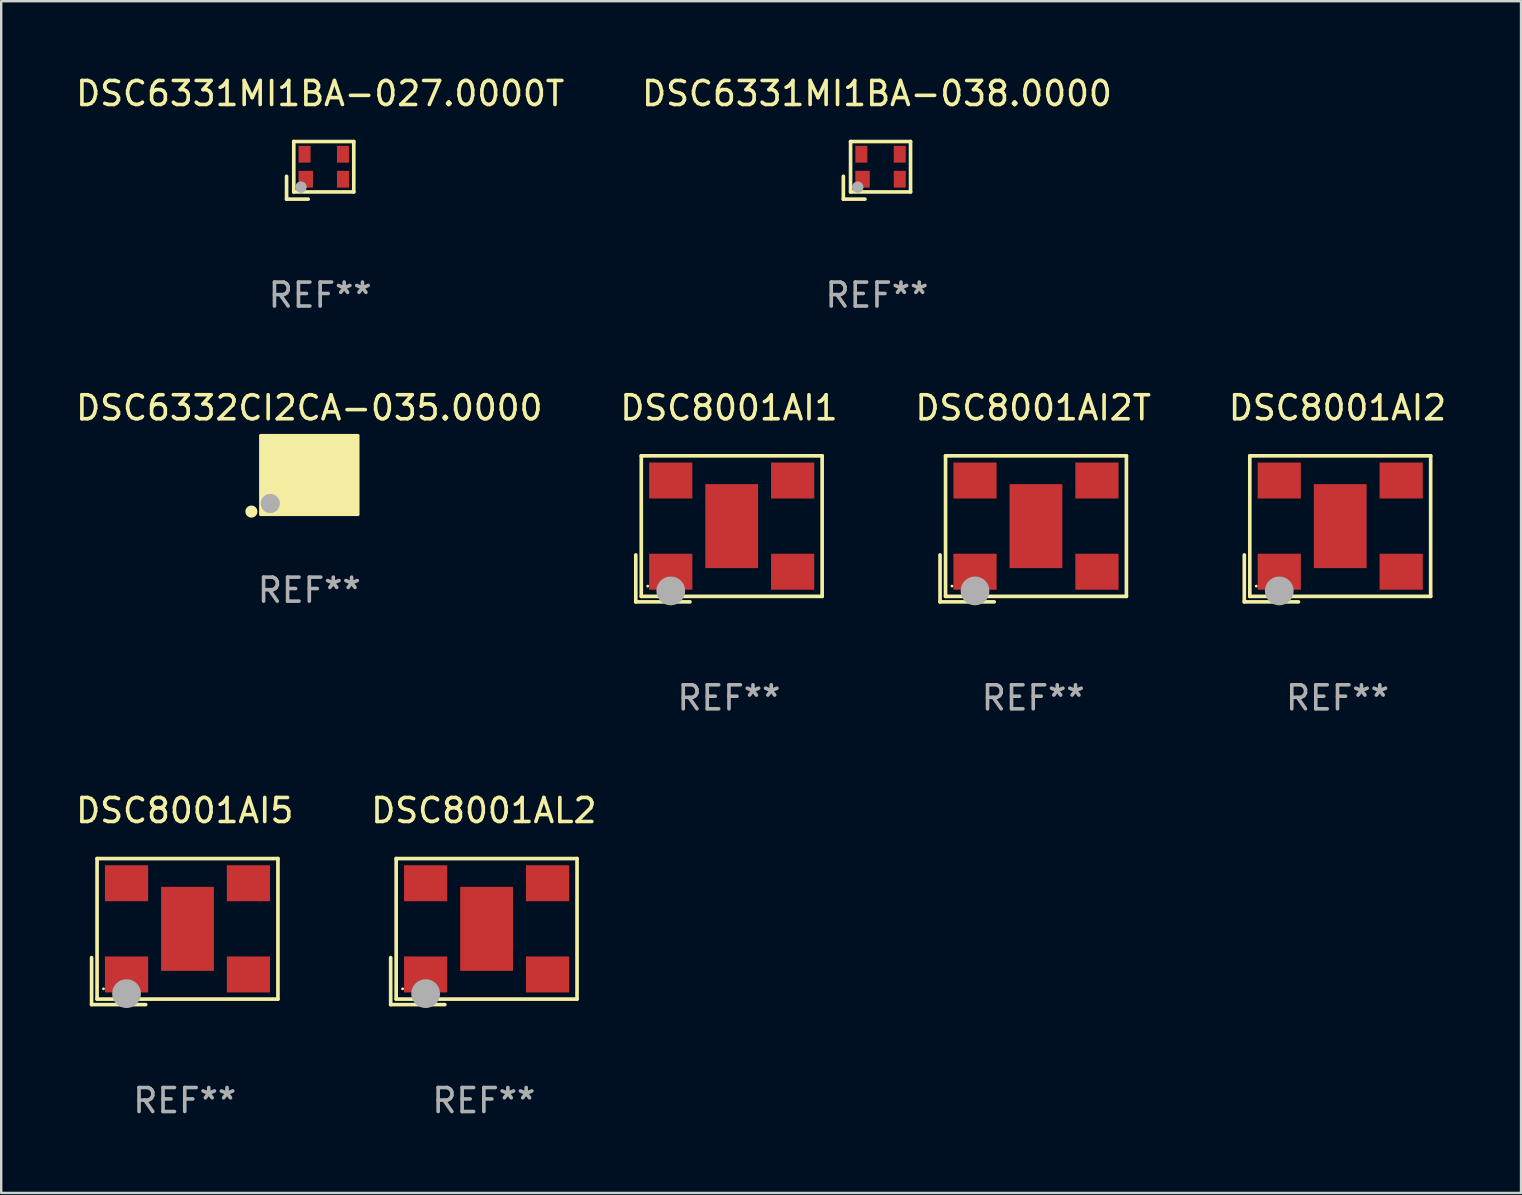
<source format=kicad_pcb>
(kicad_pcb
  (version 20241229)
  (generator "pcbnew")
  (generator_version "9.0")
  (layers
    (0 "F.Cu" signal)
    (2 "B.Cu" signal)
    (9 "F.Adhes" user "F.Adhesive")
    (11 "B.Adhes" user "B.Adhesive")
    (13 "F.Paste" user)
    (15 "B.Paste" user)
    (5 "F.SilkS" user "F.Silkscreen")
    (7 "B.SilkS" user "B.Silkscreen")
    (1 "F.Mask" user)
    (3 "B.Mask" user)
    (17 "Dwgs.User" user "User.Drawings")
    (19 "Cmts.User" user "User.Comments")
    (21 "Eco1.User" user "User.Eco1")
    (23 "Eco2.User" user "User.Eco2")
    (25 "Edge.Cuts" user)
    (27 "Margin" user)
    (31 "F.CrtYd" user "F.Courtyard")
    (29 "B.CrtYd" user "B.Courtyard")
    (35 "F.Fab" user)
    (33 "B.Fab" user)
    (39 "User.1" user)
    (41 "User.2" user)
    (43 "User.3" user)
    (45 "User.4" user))
  (footprint "DSC6331MI1BA-027.0000T"
    (layer "F.Cu")
    (at 10.292 4.048)
    (property "Reference" "DSC6331MI1BA-027.0000T" (at 0 -3.2 0) (layer "F.SilkS") (effects (font (size 1 1) (thickness 0.15))))
    (attr through_hole)
    (fp_line (start -1.4 0.25) (end -1.4 1.2) (stroke (width 0.152) (type solid)) (layer "F.SilkS"))
    (fp_line (start -1.4 1.2) (end -0.5 1.2) (stroke (width 0.152) (type solid)) (layer "F.SilkS"))
    (fp_line (start -1.1 -1.2) (end -1.1 0.9) (stroke (width 0.152) (type solid)) (layer "F.SilkS"))
    (fp_line (start -1.1 -1.2) (end 1.4 -1.2) (stroke (width 0.152) (type solid)) (layer "F.SilkS"))
    (fp_line (start -1.1 0.9) (end 1.4 0.9) (stroke (width 0.152) (type solid)) (layer "F.SilkS"))
    (fp_line (start 1.4 0.9) (end 1.4 -1.2) (stroke (width 0.152) (type solid)) (layer "F.SilkS"))
    (fp_circle (center -0.85 0.65) (end -0.82 0.65) (stroke (width 0.06) (type solid)) (fill no) (layer "F.SilkS"))
    (fp_circle (center -0.8 0.7) (end -0.68 0.7) (stroke (width 0.24) (type solid)) (fill no) (layer "F.Fab"))
    (fp_text user "REF**" (at 0 5.2 0) (layer "F.Fab") (effects (font (size 1 1) (thickness 0.15))))
    (pad "1" smd rect (at -0.6 0.37) (size 0.6 0.7) (layers "F.Cu" "F.Mask" "F.Paste"))
    (pad "2" smd rect (at 0.95 0.37) (size 0.5 0.7) (layers "F.Cu" "F.Mask" "F.Paste"))
    (pad "3" smd rect (at 0.95 -0.67) (size 0.5 0.7) (layers "F.Cu" "F.Mask" "F.Paste"))
    (pad "4" smd rect (at -0.65 -0.67) (size 0.5 0.7) (layers "F.Cu" "F.Mask" "F.Paste")))
  (footprint "DSC6331MI1BA-038.0000"
    (layer "F.Cu")
    (at 33.494 4.048)
    (property "Reference" "DSC6331MI1BA-038.0000" (at 0 -3.2 0) (layer "F.SilkS") (effects (font (size 1 1) (thickness 0.15))))
    (attr through_hole)
    (fp_line (start -1.4 0.25) (end -1.4 1.2) (stroke (width 0.152) (type solid)) (layer "F.SilkS"))
    (fp_line (start -1.4 1.2) (end -0.5 1.2) (stroke (width 0.152) (type solid)) (layer "F.SilkS"))
    (fp_line (start -1.1 -1.2) (end -1.1 0.9) (stroke (width 0.152) (type solid)) (layer "F.SilkS"))
    (fp_line (start -1.1 -1.2) (end 1.4 -1.2) (stroke (width 0.152) (type solid)) (layer "F.SilkS"))
    (fp_line (start -1.1 0.9) (end 1.4 0.9) (stroke (width 0.152) (type solid)) (layer "F.SilkS"))
    (fp_line (start 1.4 0.9) (end 1.4 -1.2) (stroke (width 0.152) (type solid)) (layer "F.SilkS"))
    (fp_circle (center -0.85 0.65) (end -0.82 0.65) (stroke (width 0.06) (type solid)) (fill no) (layer "F.SilkS"))
    (fp_circle (center -0.8 0.7) (end -0.68 0.7) (stroke (width 0.24) (type solid)) (fill no) (layer "F.Fab"))
    (fp_text user "REF**" (at 0 5.2 0) (layer "F.Fab") (effects (font (size 1 1) (thickness 0.15))))
    (pad "1" smd rect (at -0.6 0.37) (size 0.6 0.7) (layers "F.Cu" "F.Mask" "F.Paste"))
    (pad "2" smd rect (at 0.95 0.37) (size 0.5 0.7) (layers "F.Cu" "F.Mask" "F.Paste"))
    (pad "3" smd rect (at 0.95 -0.67) (size 0.5 0.7) (layers "F.Cu" "F.Mask" "F.Paste"))
    (pad "4" smd rect (at -0.65 -0.67) (size 0.5 0.7) (layers "F.Cu" "F.Mask" "F.Paste")))
  (footprint "DSC8001AL2"
    (layer "F.Cu")
    (at 17.113 35.77)
    (property "Reference" "DSC8001AL2" (at 0 -5.043 0) (layer "F.SilkS") (effects (font (size 1 1) (thickness 0.15))))
    (attr through_hole)
    (fp_line (start -3.883 1.086) (end -3.883 3.043) (stroke (width 0.152) (type solid)) (layer "F.SilkS"))
    (fp_line (start -3.883 3.043) (end -1.626 3.043) (stroke (width 0.152) (type solid)) (layer "F.SilkS"))
    (fp_line (start -3.654 -3.043) (end 3.883 -3.043) (stroke (width 0.152) (type solid)) (layer "F.SilkS"))
    (fp_line (start -3.654 2.814) (end -3.654 -3.043) (stroke (width 0.152) (type solid)) (layer "F.SilkS"))
    (fp_line (start 3.883 -3.043) (end 3.883 2.814) (stroke (width 0.152) (type solid)) (layer "F.SilkS"))
    (fp_line (start 3.883 2.814) (end -3.654 2.814) (stroke (width 0.152) (type solid)) (layer "F.SilkS"))
    (fp_circle (center -3.386 2.386) (end -3.356 2.386) (stroke (width 0.06) (type solid)) (fill no) (layer "F.SilkS"))
    (fp_circle (center -2.426 2.586) (end -2.126 2.586) (stroke (width 0.6) (type solid)) (fill no) (layer "F.Fab"))
    (fp_text user "REF**" (at 0 7.043 0) (layer "F.Fab") (effects (font (size 1 1) (thickness 0.15))))
    (pad "1" smd rect (at -2.426 1.786) (size 1.8 1.5) (layers "F.Cu" "F.Mask" "F.Paste"))
    (pad "2" smd rect (at 2.654 1.786) (size 1.8 1.5) (layers "F.Cu" "F.Mask" "F.Paste"))
    (pad "3" smd rect (at 2.654 -2.014) (size 1.8 1.5) (layers "F.Cu" "F.Mask" "F.Paste"))
    (pad "4" smd rect (at -2.426 -2.014) (size 1.8 1.5) (layers "F.Cu" "F.Mask" "F.Paste"))
    (pad "5" smd rect (at 0.114 -0.114) (size 2.2 3.5) (layers "F.Cu" "F.Mask" "F.Paste")))
  (footprint "DSC6332CI2CA-035.0000"
    (layer "F.Cu")
    (at 9.839 16.745)
    (property "Reference" "DSC6332CI2CA-035.0000" (at 0 -2.8 0) (layer "F.SilkS") (effects (font (size 1 1) (thickness 0.15))))
    (attr through_hole)
    (fp_circle (center -2.413 1.524) (end -2.286 1.524) (stroke (width 0.254) (type solid)) (fill no) (layer "F.SilkS"))
    (fp_circle (center -1.6 1.25) (end -1.57 1.25) (stroke (width 0.06) (type solid)) (fill no) (layer "F.SilkS"))
    (fp_poly (pts (xy -2.032 -1.651) (xy 2.032 -1.651) (xy 2.032 1.651) (xy -2.032 1.651)) (stroke (width 0.12) (type solid)) (fill yes) (layer "F.SilkS"))
    (fp_circle (center -1.627 1.185) (end -1.427 1.185) (stroke (width 0.4) (type solid)) (fill no) (layer "F.Fab"))
    (fp_text user "REF**" (at 0 4.8 0) (layer "F.Fab") (effects (font (size 1 1) (thickness 0.15))))
    (pad "1" smd rect (at -1.05 0.8) (size 1.4 1.2) (layers "F.Cu" "F.Mask" "F.Paste"))
    (pad "2" smd rect (at 1.05 0.8) (size 1.4 1.2) (layers "F.Cu" "F.Mask" "F.Paste"))
    (pad "3" smd rect (at 1.05 -0.8) (size 1.4 1.2) (layers "F.Cu" "F.Mask" "F.Paste"))
    (pad "4" smd rect (at -1.05 -0.8) (size 1.4 1.2) (layers "F.Cu" "F.Mask" "F.Paste")))
  (footprint "DSC8001AI2T"
    (layer "F.Cu")
    (at 40.006 18.988)
    (property "Reference" "DSC8001AI2T" (at 0 -5.043 0) (layer "F.SilkS") (effects (font (size 1 1) (thickness 0.15))))
    (attr through_hole)
    (fp_line (start -3.883 1.086) (end -3.883 3.043) (stroke (width 0.152) (type solid)) (layer "F.SilkS"))
    (fp_line (start -3.883 3.043) (end -1.626 3.043) (stroke (width 0.152) (type solid)) (layer "F.SilkS"))
    (fp_line (start -3.654 -3.043) (end 3.883 -3.043) (stroke (width 0.152) (type solid)) (layer "F.SilkS"))
    (fp_line (start -3.654 2.814) (end -3.654 -3.043) (stroke (width 0.152) (type solid)) (layer "F.SilkS"))
    (fp_line (start 3.883 -3.043) (end 3.883 2.814) (stroke (width 0.152) (type solid)) (layer "F.SilkS"))
    (fp_line (start 3.883 2.814) (end -3.654 2.814) (stroke (width 0.152) (type solid)) (layer "F.SilkS"))
    (fp_circle (center -3.386 2.386) (end -3.356 2.386) (stroke (width 0.06) (type solid)) (fill no) (layer "F.SilkS"))
    (fp_circle (center -2.426 2.586) (end -2.126 2.586) (stroke (width 0.6) (type solid)) (fill no) (layer "F.Fab"))
    (fp_text user "REF**" (at 0 7.043 0) (layer "F.Fab") (effects (font (size 1 1) (thickness 0.15))))
    (pad "1" smd rect (at -2.426 1.786) (size 1.8 1.5) (layers "F.Cu" "F.Mask" "F.Paste"))
    (pad "2" smd rect (at 2.654 1.786) (size 1.8 1.5) (layers "F.Cu" "F.Mask" "F.Paste"))
    (pad "3" smd rect (at 2.654 -2.014) (size 1.8 1.5) (layers "F.Cu" "F.Mask" "F.Paste"))
    (pad "4" smd rect (at -2.426 -2.014) (size 1.8 1.5) (layers "F.Cu" "F.Mask" "F.Paste"))
    (pad "5" smd rect (at 0.114 -0.114) (size 2.2 3.5) (layers "F.Cu" "F.Mask" "F.Paste")))
  (footprint "DSC8001AI5"
    (layer "F.Cu")
    (at 4.649 35.77)
    (property "Reference" "DSC8001AI5" (at 0 -5.043 0) (layer "F.SilkS") (effects (font (size 1 1) (thickness 0.15))))
    (attr through_hole)
    (fp_line (start -3.883 1.086) (end -3.883 3.043) (stroke (width 0.152) (type solid)) (layer "F.SilkS"))
    (fp_line (start -3.883 3.043) (end -1.626 3.043) (stroke (width 0.152) (type solid)) (layer "F.SilkS"))
    (fp_line (start -3.654 -3.043) (end 3.883 -3.043) (stroke (width 0.152) (type solid)) (layer "F.SilkS"))
    (fp_line (start -3.654 2.814) (end -3.654 -3.043) (stroke (width 0.152) (type solid)) (layer "F.SilkS"))
    (fp_line (start 3.883 -3.043) (end 3.883 2.814) (stroke (width 0.152) (type solid)) (layer "F.SilkS"))
    (fp_line (start 3.883 2.814) (end -3.654 2.814) (stroke (width 0.152) (type solid)) (layer "F.SilkS"))
    (fp_circle (center -3.386 2.386) (end -3.356 2.386) (stroke (width 0.06) (type solid)) (fill no) (layer "F.SilkS"))
    (fp_circle (center -2.426 2.586) (end -2.126 2.586) (stroke (width 0.6) (type solid)) (fill no) (layer "F.Fab"))
    (fp_text user "REF**" (at 0 7.043 0) (layer "F.Fab") (effects (font (size 1 1) (thickness 0.15))))
    (pad "1" smd rect (at -2.426 1.786) (size 1.8 1.5) (layers "F.Cu" "F.Mask" "F.Paste"))
    (pad "2" smd rect (at 2.654 1.786) (size 1.8 1.5) (layers "F.Cu" "F.Mask" "F.Paste"))
    (pad "3" smd rect (at 2.654 -2.014) (size 1.8 1.5) (layers "F.Cu" "F.Mask" "F.Paste"))
    (pad "4" smd rect (at -2.426 -2.014) (size 1.8 1.5) (layers "F.Cu" "F.Mask" "F.Paste"))
    (pad "5" smd rect (at 0.114 -0.114) (size 2.2 3.5) (layers "F.Cu" "F.Mask" "F.Paste")))
  (footprint "DSC8001AI1"
    (layer "F.Cu")
    (at 27.327 18.988)
    (property "Reference" "DSC8001AI1" (at 0 -5.043 0) (layer "F.SilkS") (effects (font (size 1 1) (thickness 0.15))))
    (attr through_hole)
    (fp_line (start -3.883 1.086) (end -3.883 3.043) (stroke (width 0.152) (type solid)) (layer "F.SilkS"))
    (fp_line (start -3.883 3.043) (end -1.626 3.043) (stroke (width 0.152) (type solid)) (layer "F.SilkS"))
    (fp_line (start -3.654 -3.043) (end 3.883 -3.043) (stroke (width 0.152) (type solid)) (layer "F.SilkS"))
    (fp_line (start -3.654 2.814) (end -3.654 -3.043) (stroke (width 0.152) (type solid)) (layer "F.SilkS"))
    (fp_line (start 3.883 -3.043) (end 3.883 2.814) (stroke (width 0.152) (type solid)) (layer "F.SilkS"))
    (fp_line (start 3.883 2.814) (end -3.654 2.814) (stroke (width 0.152) (type solid)) (layer "F.SilkS"))
    (fp_circle (center -3.386 2.386) (end -3.356 2.386) (stroke (width 0.06) (type solid)) (fill no) (layer "F.SilkS"))
    (fp_circle (center -2.426 2.586) (end -2.126 2.586) (stroke (width 0.6) (type solid)) (fill no) (layer "F.Fab"))
    (fp_text user "REF**" (at 0 7.043 0) (layer "F.Fab") (effects (font (size 1 1) (thickness 0.15))))
    (pad "1" smd rect (at -2.426 1.786) (size 1.8 1.5) (layers "F.Cu" "F.Mask" "F.Paste"))
    (pad "2" smd rect (at 2.654 1.786) (size 1.8 1.5) (layers "F.Cu" "F.Mask" "F.Paste"))
    (pad "3" smd rect (at 2.654 -2.014) (size 1.8 1.5) (layers "F.Cu" "F.Mask" "F.Paste"))
    (pad "4" smd rect (at -2.426 -2.014) (size 1.8 1.5) (layers "F.Cu" "F.Mask" "F.Paste"))
    (pad "5" smd rect (at 0.114 -0.114) (size 2.2 3.5) (layers "F.Cu" "F.Mask" "F.Paste")))
  (footprint "DSC8001AI2"
    (layer "F.Cu")
    (at 52.685 18.988)
    (property "Reference" "DSC8001AI2" (at 0 -5.043 0) (layer "F.SilkS") (effects (font (size 1 1) (thickness 0.15))))
    (attr through_hole)
    (fp_line (start -3.883 1.086) (end -3.883 3.043) (stroke (width 0.152) (type solid)) (layer "F.SilkS"))
    (fp_line (start -3.883 3.043) (end -1.626 3.043) (stroke (width 0.152) (type solid)) (layer "F.SilkS"))
    (fp_line (start -3.654 -3.043) (end 3.883 -3.043) (stroke (width 0.152) (type solid)) (layer "F.SilkS"))
    (fp_line (start -3.654 2.814) (end -3.654 -3.043) (stroke (width 0.152) (type solid)) (layer "F.SilkS"))
    (fp_line (start 3.883 -3.043) (end 3.883 2.814) (stroke (width 0.152) (type solid)) (layer "F.SilkS"))
    (fp_line (start 3.883 2.814) (end -3.654 2.814) (stroke (width 0.152) (type solid)) (layer "F.SilkS"))
    (fp_circle (center -3.386 2.386) (end -3.356 2.386) (stroke (width 0.06) (type solid)) (fill no) (layer "F.SilkS"))
    (fp_circle (center -2.426 2.586) (end -2.126 2.586) (stroke (width 0.6) (type solid)) (fill no) (layer "F.Fab"))
    (fp_text user "REF**" (at 0 7.043 0) (layer "F.Fab") (effects (font (size 1 1) (thickness 0.15))))
    (pad "1" smd rect (at -2.426 1.786) (size 1.8 1.5) (layers "F.Cu" "F.Mask" "F.Paste"))
    (pad "2" smd rect (at 2.654 1.786) (size 1.8 1.5) (layers "F.Cu" "F.Mask" "F.Paste"))
    (pad "3" smd rect (at 2.654 -2.014) (size 1.8 1.5) (layers "F.Cu" "F.Mask" "F.Paste"))
    (pad "4" smd rect (at -2.426 -2.014) (size 1.8 1.5) (layers "F.Cu" "F.Mask" "F.Paste"))
    (pad "5" smd rect (at 0.114 -0.114) (size 2.2 3.5) (layers "F.Cu" "F.Mask" "F.Paste")))
  (gr_rect
    (start -3 -3)
    (end 60.333 46.661)
    (stroke (width 0.1) (type default))
    (fill no)
    (layer "Edge.Cuts")))
</source>
